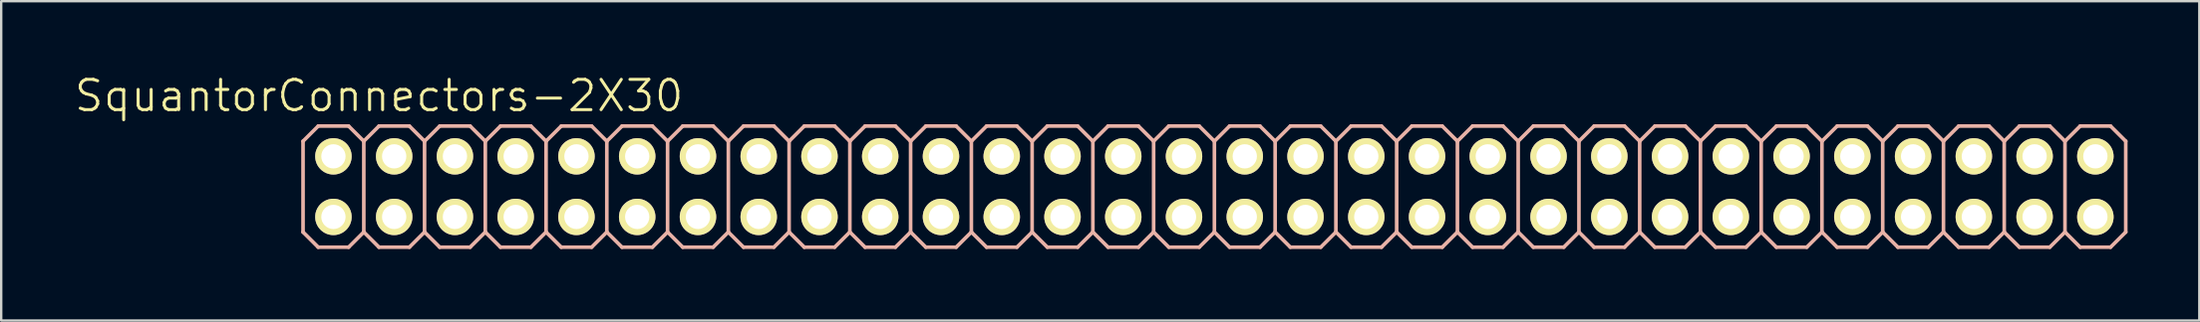
<source format=kicad_pcb>
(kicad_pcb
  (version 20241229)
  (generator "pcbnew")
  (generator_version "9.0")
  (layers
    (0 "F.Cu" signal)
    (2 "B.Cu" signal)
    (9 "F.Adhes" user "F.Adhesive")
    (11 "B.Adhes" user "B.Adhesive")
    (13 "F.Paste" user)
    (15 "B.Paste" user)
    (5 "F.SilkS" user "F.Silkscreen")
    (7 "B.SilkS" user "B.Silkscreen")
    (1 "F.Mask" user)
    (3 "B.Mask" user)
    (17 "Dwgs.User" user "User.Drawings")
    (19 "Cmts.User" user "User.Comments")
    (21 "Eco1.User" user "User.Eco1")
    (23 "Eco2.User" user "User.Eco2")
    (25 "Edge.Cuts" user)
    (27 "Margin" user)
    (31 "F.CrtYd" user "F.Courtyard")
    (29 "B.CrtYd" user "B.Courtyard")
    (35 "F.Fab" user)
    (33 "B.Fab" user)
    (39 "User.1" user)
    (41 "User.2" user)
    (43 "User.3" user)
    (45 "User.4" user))
  (footprint "SquantorConnectors-2X30"
    (layer "F.Cu")
    (at 48.989 4.776)
    (property "Reference" "SquantorConnectors-2X30" (at -36.195 -3.81 0) (layer "F.SilkS") (effects (font (size 1.27 1.27) (thickness 0.127))))
    (attr exclude_from_pos_files exclude_from_bom)
    (fp_line (start -38.354 -1.524) (end -37.846 -1.524) (stroke (width 0.066) (type solid)) (layer "F.SilkS"))
    (fp_line (start -38.354 -1.016) (end -38.354 -1.524) (stroke (width 0.066) (type solid)) (layer "F.SilkS"))
    (fp_line (start -38.354 -1.016) (end -37.846 -1.016) (stroke (width 0.066) (type solid)) (layer "F.SilkS"))
    (fp_line (start -38.354 1.016) (end -37.846 1.016) (stroke (width 0.066) (type solid)) (layer "F.SilkS"))
    (fp_line (start -38.354 1.524) (end -38.354 1.016) (stroke (width 0.066) (type solid)) (layer "F.SilkS"))
    (fp_line (start -38.354 1.524) (end -37.846 1.524) (stroke (width 0.066) (type solid)) (layer "F.SilkS"))
    (fp_line (start -37.846 -1.016) (end -37.846 -1.524) (stroke (width 0.066) (type solid)) (layer "F.SilkS"))
    (fp_line (start -37.846 1.524) (end -37.846 1.016) (stroke (width 0.066) (type solid)) (layer "F.SilkS"))
    (fp_line (start -35.814 -1.524) (end -35.303 -1.524) (stroke (width 0.066) (type solid)) (layer "F.SilkS"))
    (fp_line (start -35.814 -1.016) (end -35.814 -1.524) (stroke (width 0.066) (type solid)) (layer "F.SilkS"))
    (fp_line (start -35.814 -1.016) (end -35.303 -1.016) (stroke (width 0.066) (type solid)) (layer "F.SilkS"))
    (fp_line (start -35.814 1.016) (end -35.303 1.016) (stroke (width 0.066) (type solid)) (layer "F.SilkS"))
    (fp_line (start -35.814 1.524) (end -35.814 1.016) (stroke (width 0.066) (type solid)) (layer "F.SilkS"))
    (fp_line (start -35.814 1.524) (end -35.303 1.524) (stroke (width 0.066) (type solid)) (layer "F.SilkS"))
    (fp_line (start -35.303 -1.016) (end -35.303 -1.524) (stroke (width 0.066) (type solid)) (layer "F.SilkS"))
    (fp_line (start -35.303 1.524) (end -35.303 1.016) (stroke (width 0.066) (type solid)) (layer "F.SilkS"))
    (fp_line (start -33.274 -1.524) (end -32.766 -1.524) (stroke (width 0.066) (type solid)) (layer "F.SilkS"))
    (fp_line (start -33.274 -1.016) (end -33.274 -1.524) (stroke (width 0.066) (type solid)) (layer "F.SilkS"))
    (fp_line (start -33.274 -1.016) (end -32.766 -1.016) (stroke (width 0.066) (type solid)) (layer "F.SilkS"))
    (fp_line (start -33.274 1.016) (end -32.766 1.016) (stroke (width 0.066) (type solid)) (layer "F.SilkS"))
    (fp_line (start -33.274 1.524) (end -33.274 1.016) (stroke (width 0.066) (type solid)) (layer "F.SilkS"))
    (fp_line (start -33.274 1.524) (end -32.766 1.524) (stroke (width 0.066) (type solid)) (layer "F.SilkS"))
    (fp_line (start -32.766 -1.016) (end -32.766 -1.524) (stroke (width 0.066) (type solid)) (layer "F.SilkS"))
    (fp_line (start -32.766 1.524) (end -32.766 1.016) (stroke (width 0.066) (type solid)) (layer "F.SilkS"))
    (fp_line (start -30.734 -1.524) (end -30.226 -1.524) (stroke (width 0.066) (type solid)) (layer "F.SilkS"))
    (fp_line (start -30.734 -1.016) (end -30.734 -1.524) (stroke (width 0.066) (type solid)) (layer "F.SilkS"))
    (fp_line (start -30.734 -1.016) (end -30.226 -1.016) (stroke (width 0.066) (type solid)) (layer "F.SilkS"))
    (fp_line (start -30.734 1.016) (end -30.226 1.016) (stroke (width 0.066) (type solid)) (layer "F.SilkS"))
    (fp_line (start -30.734 1.524) (end -30.734 1.016) (stroke (width 0.066) (type solid)) (layer "F.SilkS"))
    (fp_line (start -30.734 1.524) (end -30.226 1.524) (stroke (width 0.066) (type solid)) (layer "F.SilkS"))
    (fp_line (start -30.226 -1.016) (end -30.226 -1.524) (stroke (width 0.066) (type solid)) (layer "F.SilkS"))
    (fp_line (start -30.226 1.524) (end -30.226 1.016) (stroke (width 0.066) (type solid)) (layer "F.SilkS"))
    (fp_line (start -28.194 -1.524) (end -27.686 -1.524) (stroke (width 0.066) (type solid)) (layer "F.SilkS"))
    (fp_line (start -28.194 -1.016) (end -28.194 -1.524) (stroke (width 0.066) (type solid)) (layer "F.SilkS"))
    (fp_line (start -28.194 -1.016) (end -27.686 -1.016) (stroke (width 0.066) (type solid)) (layer "F.SilkS"))
    (fp_line (start -28.194 1.016) (end -27.686 1.016) (stroke (width 0.066) (type solid)) (layer "F.SilkS"))
    (fp_line (start -28.194 1.524) (end -28.194 1.016) (stroke (width 0.066) (type solid)) (layer "F.SilkS"))
    (fp_line (start -28.194 1.524) (end -27.686 1.524) (stroke (width 0.066) (type solid)) (layer "F.SilkS"))
    (fp_line (start -27.686 -1.016) (end -27.686 -1.524) (stroke (width 0.066) (type solid)) (layer "F.SilkS"))
    (fp_line (start -27.686 1.524) (end -27.686 1.016) (stroke (width 0.066) (type solid)) (layer "F.SilkS"))
    (fp_line (start -25.654 -1.524) (end -25.146 -1.524) (stroke (width 0.066) (type solid)) (layer "F.SilkS"))
    (fp_line (start -25.654 -1.016) (end -25.654 -1.524) (stroke (width 0.066) (type solid)) (layer "F.SilkS"))
    (fp_line (start -25.654 -1.016) (end -25.146 -1.016) (stroke (width 0.066) (type solid)) (layer "F.SilkS"))
    (fp_line (start -25.654 1.016) (end -25.146 1.016) (stroke (width 0.066) (type solid)) (layer "F.SilkS"))
    (fp_line (start -25.654 1.524) (end -25.654 1.016) (stroke (width 0.066) (type solid)) (layer "F.SilkS"))
    (fp_line (start -25.654 1.524) (end -25.146 1.524) (stroke (width 0.066) (type solid)) (layer "F.SilkS"))
    (fp_line (start -25.146 -1.016) (end -25.146 -1.524) (stroke (width 0.066) (type solid)) (layer "F.SilkS"))
    (fp_line (start -25.146 1.524) (end -25.146 1.016) (stroke (width 0.066) (type solid)) (layer "F.SilkS"))
    (fp_line (start -23.114 -1.524) (end -22.606 -1.524) (stroke (width 0.066) (type solid)) (layer "F.SilkS"))
    (fp_line (start -23.114 -1.016) (end -23.114 -1.524) (stroke (width 0.066) (type solid)) (layer "F.SilkS"))
    (fp_line (start -23.114 -1.016) (end -22.606 -1.016) (stroke (width 0.066) (type solid)) (layer "F.SilkS"))
    (fp_line (start -23.114 1.016) (end -22.606 1.016) (stroke (width 0.066) (type solid)) (layer "F.SilkS"))
    (fp_line (start -23.114 1.524) (end -23.114 1.016) (stroke (width 0.066) (type solid)) (layer "F.SilkS"))
    (fp_line (start -23.114 1.524) (end -22.606 1.524) (stroke (width 0.066) (type solid)) (layer "F.SilkS"))
    (fp_line (start -22.606 -1.016) (end -22.606 -1.524) (stroke (width 0.066) (type solid)) (layer "F.SilkS"))
    (fp_line (start -22.606 1.524) (end -22.606 1.016) (stroke (width 0.066) (type solid)) (layer "F.SilkS"))
    (fp_line (start -20.574 -1.524) (end -20.066 -1.524) (stroke (width 0.066) (type solid)) (layer "F.SilkS"))
    (fp_line (start -20.574 -1.016) (end -20.574 -1.524) (stroke (width 0.066) (type solid)) (layer "F.SilkS"))
    (fp_line (start -20.574 -1.016) (end -20.066 -1.016) (stroke (width 0.066) (type solid)) (layer "F.SilkS"))
    (fp_line (start -20.574 1.016) (end -20.066 1.016) (stroke (width 0.066) (type solid)) (layer "F.SilkS"))
    (fp_line (start -20.574 1.524) (end -20.574 1.016) (stroke (width 0.066) (type solid)) (layer "F.SilkS"))
    (fp_line (start -20.574 1.524) (end -20.066 1.524) (stroke (width 0.066) (type solid)) (layer "F.SilkS"))
    (fp_line (start -20.066 -1.016) (end -20.066 -1.524) (stroke (width 0.066) (type solid)) (layer "F.SilkS"))
    (fp_line (start -20.066 1.524) (end -20.066 1.016) (stroke (width 0.066) (type solid)) (layer "F.SilkS"))
    (fp_line (start -18.034 -1.524) (end -17.523 -1.524) (stroke (width 0.066) (type solid)) (layer "F.SilkS"))
    (fp_line (start -18.034 -1.016) (end -18.034 -1.524) (stroke (width 0.066) (type solid)) (layer "F.SilkS"))
    (fp_line (start -18.034 -1.016) (end -17.523 -1.016) (stroke (width 0.066) (type solid)) (layer "F.SilkS"))
    (fp_line (start -18.034 1.016) (end -17.523 1.016) (stroke (width 0.066) (type solid)) (layer "F.SilkS"))
    (fp_line (start -18.034 1.524) (end -18.034 1.016) (stroke (width 0.066) (type solid)) (layer "F.SilkS"))
    (fp_line (start -18.034 1.524) (end -17.523 1.524) (stroke (width 0.066) (type solid)) (layer "F.SilkS"))
    (fp_line (start -17.523 -1.016) (end -17.523 -1.524) (stroke (width 0.066) (type solid)) (layer "F.SilkS"))
    (fp_line (start -17.523 1.524) (end -17.523 1.016) (stroke (width 0.066) (type solid)) (layer "F.SilkS"))
    (fp_line (start -15.494 -1.524) (end -14.986 -1.524) (stroke (width 0.066) (type solid)) (layer "F.SilkS"))
    (fp_line (start -15.494 -1.016) (end -15.494 -1.524) (stroke (width 0.066) (type solid)) (layer "F.SilkS"))
    (fp_line (start -15.494 -1.016) (end -14.986 -1.016) (stroke (width 0.066) (type solid)) (layer "F.SilkS"))
    (fp_line (start -15.494 1.016) (end -14.986 1.016) (stroke (width 0.066) (type solid)) (layer "F.SilkS"))
    (fp_line (start -15.494 1.524) (end -15.494 1.016) (stroke (width 0.066) (type solid)) (layer "F.SilkS"))
    (fp_line (start -15.494 1.524) (end -14.986 1.524) (stroke (width 0.066) (type solid)) (layer "F.SilkS"))
    (fp_line (start -14.986 -1.016) (end -14.986 -1.524) (stroke (width 0.066) (type solid)) (layer "F.SilkS"))
    (fp_line (start -14.986 1.524) (end -14.986 1.016) (stroke (width 0.066) (type solid)) (layer "F.SilkS"))
    (fp_line (start -12.954 -1.524) (end -12.446 -1.524) (stroke (width 0.066) (type solid)) (layer "F.SilkS"))
    (fp_line (start -12.954 -1.016) (end -12.954 -1.524) (stroke (width 0.066) (type solid)) (layer "F.SilkS"))
    (fp_line (start -12.954 -1.016) (end -12.446 -1.016) (stroke (width 0.066) (type solid)) (layer "F.SilkS"))
    (fp_line (start -12.954 1.016) (end -12.446 1.016) (stroke (width 0.066) (type solid)) (layer "F.SilkS"))
    (fp_line (start -12.954 1.524) (end -12.954 1.016) (stroke (width 0.066) (type solid)) (layer "F.SilkS"))
    (fp_line (start -12.954 1.524) (end -12.446 1.524) (stroke (width 0.066) (type solid)) (layer "F.SilkS"))
    (fp_line (start -12.446 -1.016) (end -12.446 -1.524) (stroke (width 0.066) (type solid)) (layer "F.SilkS"))
    (fp_line (start -12.446 1.524) (end -12.446 1.016) (stroke (width 0.066) (type solid)) (layer "F.SilkS"))
    (fp_line (start -10.414 -1.524) (end -9.906 -1.524) (stroke (width 0.066) (type solid)) (layer "F.SilkS"))
    (fp_line (start -10.414 -1.016) (end -10.414 -1.524) (stroke (width 0.066) (type solid)) (layer "F.SilkS"))
    (fp_line (start -10.414 -1.016) (end -9.906 -1.016) (stroke (width 0.066) (type solid)) (layer "F.SilkS"))
    (fp_line (start -10.414 1.016) (end -9.906 1.016) (stroke (width 0.066) (type solid)) (layer "F.SilkS"))
    (fp_line (start -10.414 1.524) (end -10.414 1.016) (stroke (width 0.066) (type solid)) (layer "F.SilkS"))
    (fp_line (start -10.414 1.524) (end -9.906 1.524) (stroke (width 0.066) (type solid)) (layer "F.SilkS"))
    (fp_line (start -9.906 -1.016) (end -9.906 -1.524) (stroke (width 0.066) (type solid)) (layer "F.SilkS"))
    (fp_line (start -9.906 1.524) (end -9.906 1.016) (stroke (width 0.066) (type solid)) (layer "F.SilkS"))
    (fp_line (start -7.874 -1.524) (end -7.366 -1.524) (stroke (width 0.066) (type solid)) (layer "F.SilkS"))
    (fp_line (start -7.874 -1.016) (end -7.874 -1.524) (stroke (width 0.066) (type solid)) (layer "F.SilkS"))
    (fp_line (start -7.874 -1.016) (end -7.366 -1.016) (stroke (width 0.066) (type solid)) (layer "F.SilkS"))
    (fp_line (start -7.874 1.016) (end -7.366 1.016) (stroke (width 0.066) (type solid)) (layer "F.SilkS"))
    (fp_line (start -7.874 1.524) (end -7.874 1.016) (stroke (width 0.066) (type solid)) (layer "F.SilkS"))
    (fp_line (start -7.874 1.524) (end -7.366 1.524) (stroke (width 0.066) (type solid)) (layer "F.SilkS"))
    (fp_line (start -7.366 -1.016) (end -7.366 -1.524) (stroke (width 0.066) (type solid)) (layer "F.SilkS"))
    (fp_line (start -7.366 1.524) (end -7.366 1.016) (stroke (width 0.066) (type solid)) (layer "F.SilkS"))
    (fp_line (start -5.334 -1.524) (end -4.826 -1.524) (stroke (width 0.066) (type solid)) (layer "F.SilkS"))
    (fp_line (start -5.334 -1.016) (end -5.334 -1.524) (stroke (width 0.066) (type solid)) (layer "F.SilkS"))
    (fp_line (start -5.334 -1.016) (end -4.826 -1.016) (stroke (width 0.066) (type solid)) (layer "F.SilkS"))
    (fp_line (start -5.334 1.016) (end -4.826 1.016) (stroke (width 0.066) (type solid)) (layer "F.SilkS"))
    (fp_line (start -5.334 1.524) (end -5.334 1.016) (stroke (width 0.066) (type solid)) (layer "F.SilkS"))
    (fp_line (start -5.334 1.524) (end -4.826 1.524) (stroke (width 0.066) (type solid)) (layer "F.SilkS"))
    (fp_line (start -4.826 -1.016) (end -4.826 -1.524) (stroke (width 0.066) (type solid)) (layer "F.SilkS"))
    (fp_line (start -4.826 1.524) (end -4.826 1.016) (stroke (width 0.066) (type solid)) (layer "F.SilkS"))
    (fp_line (start -2.794 -1.524) (end -2.286 -1.524) (stroke (width 0.066) (type solid)) (layer "F.SilkS"))
    (fp_line (start -2.794 -1.016) (end -2.794 -1.524) (stroke (width 0.066) (type solid)) (layer "F.SilkS"))
    (fp_line (start -2.794 -1.016) (end -2.286 -1.016) (stroke (width 0.066) (type solid)) (layer "F.SilkS"))
    (fp_line (start -2.794 1.016) (end -2.286 1.016) (stroke (width 0.066) (type solid)) (layer "F.SilkS"))
    (fp_line (start -2.794 1.524) (end -2.794 1.016) (stroke (width 0.066) (type solid)) (layer "F.SilkS"))
    (fp_line (start -2.794 1.524) (end -2.286 1.524) (stroke (width 0.066) (type solid)) (layer "F.SilkS"))
    (fp_line (start -2.286 -1.016) (end -2.286 -1.524) (stroke (width 0.066) (type solid)) (layer "F.SilkS"))
    (fp_line (start -2.286 1.524) (end -2.286 1.016) (stroke (width 0.066) (type solid)) (layer "F.SilkS"))
    (fp_line (start -0.254 -1.524) (end 0.254 -1.524) (stroke (width 0.066) (type solid)) (layer "F.SilkS"))
    (fp_line (start -0.254 -1.016) (end -0.254 -1.524) (stroke (width 0.066) (type solid)) (layer "F.SilkS"))
    (fp_line (start -0.254 -1.016) (end 0.254 -1.016) (stroke (width 0.066) (type solid)) (layer "F.SilkS"))
    (fp_line (start -0.254 1.016) (end 0.254 1.016) (stroke (width 0.066) (type solid)) (layer "F.SilkS"))
    (fp_line (start -0.254 1.524) (end -0.254 1.016) (stroke (width 0.066) (type solid)) (layer "F.SilkS"))
    (fp_line (start -0.254 1.524) (end 0.254 1.524) (stroke (width 0.066) (type solid)) (layer "F.SilkS"))
    (fp_line (start 0.254 -1.016) (end 0.254 -1.524) (stroke (width 0.066) (type solid)) (layer "F.SilkS"))
    (fp_line (start 0.254 1.524) (end 0.254 1.016) (stroke (width 0.066) (type solid)) (layer "F.SilkS"))
    (fp_line (start 2.286 -1.524) (end 2.794 -1.524) (stroke (width 0.066) (type solid)) (layer "F.SilkS"))
    (fp_line (start 2.286 -1.016) (end 2.286 -1.524) (stroke (width 0.066) (type solid)) (layer "F.SilkS"))
    (fp_line (start 2.286 -1.016) (end 2.794 -1.016) (stroke (width 0.066) (type solid)) (layer "F.SilkS"))
    (fp_line (start 2.286 1.016) (end 2.794 1.016) (stroke (width 0.066) (type solid)) (layer "F.SilkS"))
    (fp_line (start 2.286 1.524) (end 2.286 1.016) (stroke (width 0.066) (type solid)) (layer "F.SilkS"))
    (fp_line (start 2.286 1.524) (end 2.794 1.524) (stroke (width 0.066) (type solid)) (layer "F.SilkS"))
    (fp_line (start 2.794 -1.016) (end 2.794 -1.524) (stroke (width 0.066) (type solid)) (layer "F.SilkS"))
    (fp_line (start 2.794 1.524) (end 2.794 1.016) (stroke (width 0.066) (type solid)) (layer "F.SilkS"))
    (fp_line (start 4.826 -1.524) (end 5.334 -1.524) (stroke (width 0.066) (type solid)) (layer "F.SilkS"))
    (fp_line (start 4.826 -1.016) (end 4.826 -1.524) (stroke (width 0.066) (type solid)) (layer "F.SilkS"))
    (fp_line (start 4.826 -1.016) (end 5.334 -1.016) (stroke (width 0.066) (type solid)) (layer "F.SilkS"))
    (fp_line (start 4.826 1.016) (end 5.334 1.016) (stroke (width 0.066) (type solid)) (layer "F.SilkS"))
    (fp_line (start 4.826 1.524) (end 4.826 1.016) (stroke (width 0.066) (type solid)) (layer "F.SilkS"))
    (fp_line (start 4.826 1.524) (end 5.334 1.524) (stroke (width 0.066) (type solid)) (layer "F.SilkS"))
    (fp_line (start 5.334 -1.016) (end 5.334 -1.524) (stroke (width 0.066) (type solid)) (layer "F.SilkS"))
    (fp_line (start 5.334 1.524) (end 5.334 1.016) (stroke (width 0.066) (type solid)) (layer "F.SilkS"))
    (fp_line (start 7.366 -1.524) (end 7.874 -1.524) (stroke (width 0.066) (type solid)) (layer "F.SilkS"))
    (fp_line (start 7.366 -1.016) (end 7.366 -1.524) (stroke (width 0.066) (type solid)) (layer "F.SilkS"))
    (fp_line (start 7.366 -1.016) (end 7.874 -1.016) (stroke (width 0.066) (type solid)) (layer "F.SilkS"))
    (fp_line (start 7.366 1.016) (end 7.874 1.016) (stroke (width 0.066) (type solid)) (layer "F.SilkS"))
    (fp_line (start 7.366 1.524) (end 7.366 1.016) (stroke (width 0.066) (type solid)) (layer "F.SilkS"))
    (fp_line (start 7.366 1.524) (end 7.874 1.524) (stroke (width 0.066) (type solid)) (layer "F.SilkS"))
    (fp_line (start 7.874 -1.016) (end 7.874 -1.524) (stroke (width 0.066) (type solid)) (layer "F.SilkS"))
    (fp_line (start 7.874 1.524) (end 7.874 1.016) (stroke (width 0.066) (type solid)) (layer "F.SilkS"))
    (fp_line (start 9.906 -1.524) (end 10.414 -1.524) (stroke (width 0.066) (type solid)) (layer "F.SilkS"))
    (fp_line (start 9.906 -1.016) (end 9.906 -1.524) (stroke (width 0.066) (type solid)) (layer "F.SilkS"))
    (fp_line (start 9.906 -1.016) (end 10.414 -1.016) (stroke (width 0.066) (type solid)) (layer "F.SilkS"))
    (fp_line (start 9.906 1.016) (end 10.414 1.016) (stroke (width 0.066) (type solid)) (layer "F.SilkS"))
    (fp_line (start 9.906 1.524) (end 9.906 1.016) (stroke (width 0.066) (type solid)) (layer "F.SilkS"))
    (fp_line (start 9.906 1.524) (end 10.414 1.524) (stroke (width 0.066) (type solid)) (layer "F.SilkS"))
    (fp_line (start 10.414 -1.016) (end 10.414 -1.524) (stroke (width 0.066) (type solid)) (layer "F.SilkS"))
    (fp_line (start 10.414 1.524) (end 10.414 1.016) (stroke (width 0.066) (type solid)) (layer "F.SilkS"))
    (fp_line (start 12.446 -1.524) (end 12.954 -1.524) (stroke (width 0.066) (type solid)) (layer "F.SilkS"))
    (fp_line (start 12.446 -1.016) (end 12.446 -1.524) (stroke (width 0.066) (type solid)) (layer "F.SilkS"))
    (fp_line (start 12.446 -1.016) (end 12.954 -1.016) (stroke (width 0.066) (type solid)) (layer "F.SilkS"))
    (fp_line (start 12.446 1.016) (end 12.954 1.016) (stroke (width 0.066) (type solid)) (layer "F.SilkS"))
    (fp_line (start 12.446 1.524) (end 12.446 1.016) (stroke (width 0.066) (type solid)) (layer "F.SilkS"))
    (fp_line (start 12.446 1.524) (end 12.954 1.524) (stroke (width 0.066) (type solid)) (layer "F.SilkS"))
    (fp_line (start 12.954 -1.016) (end 12.954 -1.524) (stroke (width 0.066) (type solid)) (layer "F.SilkS"))
    (fp_line (start 12.954 1.524) (end 12.954 1.016) (stroke (width 0.066) (type solid)) (layer "F.SilkS"))
    (fp_line (start 14.986 -1.524) (end 15.494 -1.524) (stroke (width 0.066) (type solid)) (layer "F.SilkS"))
    (fp_line (start 14.986 -1.016) (end 14.986 -1.524) (stroke (width 0.066) (type solid)) (layer "F.SilkS"))
    (fp_line (start 14.986 -1.016) (end 15.494 -1.016) (stroke (width 0.066) (type solid)) (layer "F.SilkS"))
    (fp_line (start 14.986 1.016) (end 15.494 1.016) (stroke (width 0.066) (type solid)) (layer "F.SilkS"))
    (fp_line (start 14.986 1.524) (end 14.986 1.016) (stroke (width 0.066) (type solid)) (layer "F.SilkS"))
    (fp_line (start 14.986 1.524) (end 15.494 1.524) (stroke (width 0.066) (type solid)) (layer "F.SilkS"))
    (fp_line (start 15.494 -1.016) (end 15.494 -1.524) (stroke (width 0.066) (type solid)) (layer "F.SilkS"))
    (fp_line (start 15.494 1.524) (end 15.494 1.016) (stroke (width 0.066) (type solid)) (layer "F.SilkS"))
    (fp_line (start 17.523 -1.524) (end 18.034 -1.524) (stroke (width 0.066) (type solid)) (layer "F.SilkS"))
    (fp_line (start 17.523 -1.016) (end 17.523 -1.524) (stroke (width 0.066) (type solid)) (layer "F.SilkS"))
    (fp_line (start 17.523 -1.016) (end 18.034 -1.016) (stroke (width 0.066) (type solid)) (layer "F.SilkS"))
    (fp_line (start 17.523 1.016) (end 18.034 1.016) (stroke (width 0.066) (type solid)) (layer "F.SilkS"))
    (fp_line (start 17.523 1.524) (end 17.523 1.016) (stroke (width 0.066) (type solid)) (layer "F.SilkS"))
    (fp_line (start 17.523 1.524) (end 18.034 1.524) (stroke (width 0.066) (type solid)) (layer "F.SilkS"))
    (fp_line (start 18.034 -1.016) (end 18.034 -1.524) (stroke (width 0.066) (type solid)) (layer "F.SilkS"))
    (fp_line (start 18.034 1.524) (end 18.034 1.016) (stroke (width 0.066) (type solid)) (layer "F.SilkS"))
    (fp_line (start 20.066 -1.524) (end 20.574 -1.524) (stroke (width 0.066) (type solid)) (layer "F.SilkS"))
    (fp_line (start 20.066 -1.016) (end 20.066 -1.524) (stroke (width 0.066) (type solid)) (layer "F.SilkS"))
    (fp_line (start 20.066 -1.016) (end 20.574 -1.016) (stroke (width 0.066) (type solid)) (layer "F.SilkS"))
    (fp_line (start 20.066 1.016) (end 20.574 1.016) (stroke (width 0.066) (type solid)) (layer "F.SilkS"))
    (fp_line (start 20.066 1.524) (end 20.066 1.016) (stroke (width 0.066) (type solid)) (layer "F.SilkS"))
    (fp_line (start 20.066 1.524) (end 20.574 1.524) (stroke (width 0.066) (type solid)) (layer "F.SilkS"))
    (fp_line (start 20.574 -1.016) (end 20.574 -1.524) (stroke (width 0.066) (type solid)) (layer "F.SilkS"))
    (fp_line (start 20.574 1.524) (end 20.574 1.016) (stroke (width 0.066) (type solid)) (layer "F.SilkS"))
    (fp_line (start 22.606 -1.524) (end 23.114 -1.524) (stroke (width 0.066) (type solid)) (layer "F.SilkS"))
    (fp_line (start 22.606 -1.016) (end 22.606 -1.524) (stroke (width 0.066) (type solid)) (layer "F.SilkS"))
    (fp_line (start 22.606 -1.016) (end 23.114 -1.016) (stroke (width 0.066) (type solid)) (layer "F.SilkS"))
    (fp_line (start 22.606 1.016) (end 23.114 1.016) (stroke (width 0.066) (type solid)) (layer "F.SilkS"))
    (fp_line (start 22.606 1.524) (end 22.606 1.016) (stroke (width 0.066) (type solid)) (layer "F.SilkS"))
    (fp_line (start 22.606 1.524) (end 23.114 1.524) (stroke (width 0.066) (type solid)) (layer "F.SilkS"))
    (fp_line (start 23.114 -1.016) (end 23.114 -1.524) (stroke (width 0.066) (type solid)) (layer "F.SilkS"))
    (fp_line (start 23.114 1.524) (end 23.114 1.016) (stroke (width 0.066) (type solid)) (layer "F.SilkS"))
    (fp_line (start 25.146 -1.524) (end 25.654 -1.524) (stroke (width 0.066) (type solid)) (layer "F.SilkS"))
    (fp_line (start 25.146 -1.016) (end 25.146 -1.524) (stroke (width 0.066) (type solid)) (layer "F.SilkS"))
    (fp_line (start 25.146 -1.016) (end 25.654 -1.016) (stroke (width 0.066) (type solid)) (layer "F.SilkS"))
    (fp_line (start 25.146 1.016) (end 25.654 1.016) (stroke (width 0.066) (type solid)) (layer "F.SilkS"))
    (fp_line (start 25.146 1.524) (end 25.146 1.016) (stroke (width 0.066) (type solid)) (layer "F.SilkS"))
    (fp_line (start 25.146 1.524) (end 25.654 1.524) (stroke (width 0.066) (type solid)) (layer "F.SilkS"))
    (fp_line (start 25.654 -1.016) (end 25.654 -1.524) (stroke (width 0.066) (type solid)) (layer "F.SilkS"))
    (fp_line (start 25.654 1.524) (end 25.654 1.016) (stroke (width 0.066) (type solid)) (layer "F.SilkS"))
    (fp_line (start 27.686 -1.524) (end 28.194 -1.524) (stroke (width 0.066) (type solid)) (layer "F.SilkS"))
    (fp_line (start 27.686 -1.016) (end 27.686 -1.524) (stroke (width 0.066) (type solid)) (layer "F.SilkS"))
    (fp_line (start 27.686 -1.016) (end 28.194 -1.016) (stroke (width 0.066) (type solid)) (layer "F.SilkS"))
    (fp_line (start 27.686 1.016) (end 28.194 1.016) (stroke (width 0.066) (type solid)) (layer "F.SilkS"))
    (fp_line (start 27.686 1.524) (end 27.686 1.016) (stroke (width 0.066) (type solid)) (layer "F.SilkS"))
    (fp_line (start 27.686 1.524) (end 28.194 1.524) (stroke (width 0.066) (type solid)) (layer "F.SilkS"))
    (fp_line (start 28.194 -1.016) (end 28.194 -1.524) (stroke (width 0.066) (type solid)) (layer "F.SilkS"))
    (fp_line (start 28.194 1.524) (end 28.194 1.016) (stroke (width 0.066) (type solid)) (layer "F.SilkS"))
    (fp_line (start 30.226 -1.524) (end 30.734 -1.524) (stroke (width 0.066) (type solid)) (layer "F.SilkS"))
    (fp_line (start 30.226 -1.016) (end 30.226 -1.524) (stroke (width 0.066) (type solid)) (layer "F.SilkS"))
    (fp_line (start 30.226 -1.016) (end 30.734 -1.016) (stroke (width 0.066) (type solid)) (layer "F.SilkS"))
    (fp_line (start 30.226 1.016) (end 30.734 1.016) (stroke (width 0.066) (type solid)) (layer "F.SilkS"))
    (fp_line (start 30.226 1.524) (end 30.226 1.016) (stroke (width 0.066) (type solid)) (layer "F.SilkS"))
    (fp_line (start 30.226 1.524) (end 30.734 1.524) (stroke (width 0.066) (type solid)) (layer "F.SilkS"))
    (fp_line (start 30.734 -1.016) (end 30.734 -1.524) (stroke (width 0.066) (type solid)) (layer "F.SilkS"))
    (fp_line (start 30.734 1.524) (end 30.734 1.016) (stroke (width 0.066) (type solid)) (layer "F.SilkS"))
    (fp_line (start 32.766 -1.524) (end 33.274 -1.524) (stroke (width 0.066) (type solid)) (layer "F.SilkS"))
    (fp_line (start 32.766 -1.016) (end 32.766 -1.524) (stroke (width 0.066) (type solid)) (layer "F.SilkS"))
    (fp_line (start 32.766 -1.016) (end 33.274 -1.016) (stroke (width 0.066) (type solid)) (layer "F.SilkS"))
    (fp_line (start 32.766 1.016) (end 33.274 1.016) (stroke (width 0.066) (type solid)) (layer "F.SilkS"))
    (fp_line (start 32.766 1.524) (end 32.766 1.016) (stroke (width 0.066) (type solid)) (layer "F.SilkS"))
    (fp_line (start 32.766 1.524) (end 33.274 1.524) (stroke (width 0.066) (type solid)) (layer "F.SilkS"))
    (fp_line (start 33.274 -1.016) (end 33.274 -1.524) (stroke (width 0.066) (type solid)) (layer "F.SilkS"))
    (fp_line (start 33.274 1.524) (end 33.274 1.016) (stroke (width 0.066) (type solid)) (layer "F.SilkS"))
    (fp_line (start 35.303 -1.524) (end 35.814 -1.524) (stroke (width 0.066) (type solid)) (layer "F.SilkS"))
    (fp_line (start 35.303 -1.016) (end 35.303 -1.524) (stroke (width 0.066) (type solid)) (layer "F.SilkS"))
    (fp_line (start 35.303 -1.016) (end 35.814 -1.016) (stroke (width 0.066) (type solid)) (layer "F.SilkS"))
    (fp_line (start 35.303 1.016) (end 35.814 1.016) (stroke (width 0.066) (type solid)) (layer "F.SilkS"))
    (fp_line (start 35.303 1.524) (end 35.303 1.016) (stroke (width 0.066) (type solid)) (layer "F.SilkS"))
    (fp_line (start 35.303 1.524) (end 35.814 1.524) (stroke (width 0.066) (type solid)) (layer "F.SilkS"))
    (fp_line (start 35.814 -1.016) (end 35.814 -1.524) (stroke (width 0.066) (type solid)) (layer "F.SilkS"))
    (fp_line (start 35.814 1.524) (end 35.814 1.016) (stroke (width 0.066) (type solid)) (layer "F.SilkS"))
    (fp_line (start -39.37 -1.905) (end -38.735 -2.54) (stroke (width 0.152) (type solid)) (layer "B.SilkS"))
    (fp_line (start -39.37 1.905) (end -39.37 -1.905) (stroke (width 0.152) (type solid)) (layer "B.SilkS"))
    (fp_line (start -39.37 1.905) (end -38.735 2.54) (stroke (width 0.152) (type solid)) (layer "B.SilkS"))
    (fp_line (start -38.735 -2.54) (end -37.465 -2.54) (stroke (width 0.152) (type solid)) (layer "B.SilkS"))
    (fp_line (start -38.735 2.54) (end -37.465 2.54) (stroke (width 0.152) (type solid)) (layer "B.SilkS"))
    (fp_line (start -37.465 -2.54) (end -36.83 -1.905) (stroke (width 0.152) (type solid)) (layer "B.SilkS"))
    (fp_line (start -37.465 2.54) (end -36.83 1.905) (stroke (width 0.152) (type solid)) (layer "B.SilkS"))
    (fp_line (start -36.83 -1.905) (end -36.83 1.905) (stroke (width 0.152) (type solid)) (layer "B.SilkS"))
    (fp_line (start -36.83 -1.905) (end -36.195 -2.54) (stroke (width 0.152) (type solid)) (layer "B.SilkS"))
    (fp_line (start -36.83 1.905) (end -36.195 2.54) (stroke (width 0.152) (type solid)) (layer "B.SilkS"))
    (fp_line (start -36.195 -2.54) (end -34.925 -2.54) (stroke (width 0.152) (type solid)) (layer "B.SilkS"))
    (fp_line (start -36.195 2.54) (end -34.925 2.54) (stroke (width 0.152) (type solid)) (layer "B.SilkS"))
    (fp_line (start -34.925 -2.54) (end -34.29 -1.905) (stroke (width 0.152) (type solid)) (layer "B.SilkS"))
    (fp_line (start -34.925 2.54) (end -34.29 1.905) (stroke (width 0.152) (type solid)) (layer "B.SilkS"))
    (fp_line (start -34.29 -1.905) (end -34.29 1.905) (stroke (width 0.152) (type solid)) (layer "B.SilkS"))
    (fp_line (start -34.29 -1.905) (end -33.655 -2.54) (stroke (width 0.152) (type solid)) (layer "B.SilkS"))
    (fp_line (start -34.29 1.905) (end -33.655 2.54) (stroke (width 0.152) (type solid)) (layer "B.SilkS"))
    (fp_line (start -33.655 -2.54) (end -32.385 -2.54) (stroke (width 0.152) (type solid)) (layer "B.SilkS"))
    (fp_line (start -33.655 2.54) (end -32.385 2.54) (stroke (width 0.152) (type solid)) (layer "B.SilkS"))
    (fp_line (start -32.385 -2.54) (end -31.75 -1.905) (stroke (width 0.152) (type solid)) (layer "B.SilkS"))
    (fp_line (start -32.385 2.54) (end -31.75 1.905) (stroke (width 0.152) (type solid)) (layer "B.SilkS"))
    (fp_line (start -31.75 -1.905) (end -31.75 1.905) (stroke (width 0.152) (type solid)) (layer "B.SilkS"))
    (fp_line (start -31.75 -1.905) (end -31.115 -2.54) (stroke (width 0.152) (type solid)) (layer "B.SilkS"))
    (fp_line (start -31.75 1.905) (end -31.115 2.54) (stroke (width 0.152) (type solid)) (layer "B.SilkS"))
    (fp_line (start -31.115 -2.54) (end -29.845 -2.54) (stroke (width 0.152) (type solid)) (layer "B.SilkS"))
    (fp_line (start -31.115 2.54) (end -29.845 2.54) (stroke (width 0.152) (type solid)) (layer "B.SilkS"))
    (fp_line (start -29.845 -2.54) (end -29.21 -1.905) (stroke (width 0.152) (type solid)) (layer "B.SilkS"))
    (fp_line (start -29.845 2.54) (end -29.21 1.905) (stroke (width 0.152) (type solid)) (layer "B.SilkS"))
    (fp_line (start -29.21 -1.905) (end -29.21 1.905) (stroke (width 0.152) (type solid)) (layer "B.SilkS"))
    (fp_line (start -29.21 -1.905) (end -28.575 -2.54) (stroke (width 0.152) (type solid)) (layer "B.SilkS"))
    (fp_line (start -29.21 1.905) (end -28.575 2.54) (stroke (width 0.152) (type solid)) (layer "B.SilkS"))
    (fp_line (start -28.575 -2.54) (end -27.305 -2.54) (stroke (width 0.152) (type solid)) (layer "B.SilkS"))
    (fp_line (start -28.575 2.54) (end -27.305 2.54) (stroke (width 0.152) (type solid)) (layer "B.SilkS"))
    (fp_line (start -27.305 -2.54) (end -26.67 -1.905) (stroke (width 0.152) (type solid)) (layer "B.SilkS"))
    (fp_line (start -27.305 2.54) (end -26.67 1.905) (stroke (width 0.152) (type solid)) (layer "B.SilkS"))
    (fp_line (start -26.67 -1.905) (end -26.67 1.905) (stroke (width 0.152) (type solid)) (layer "B.SilkS"))
    (fp_line (start -26.67 -1.905) (end -26.035 -2.54) (stroke (width 0.152) (type solid)) (layer "B.SilkS"))
    (fp_line (start -26.67 1.905) (end -26.035 2.54) (stroke (width 0.152) (type solid)) (layer "B.SilkS"))
    (fp_line (start -26.035 -2.54) (end -24.765 -2.54) (stroke (width 0.152) (type solid)) (layer "B.SilkS"))
    (fp_line (start -26.035 2.54) (end -24.765 2.54) (stroke (width 0.152) (type solid)) (layer "B.SilkS"))
    (fp_line (start -24.765 -2.54) (end -24.13 -1.905) (stroke (width 0.152) (type solid)) (layer "B.SilkS"))
    (fp_line (start -24.765 2.54) (end -24.13 1.905) (stroke (width 0.152) (type solid)) (layer "B.SilkS"))
    (fp_line (start -24.13 -1.905) (end -24.13 1.905) (stroke (width 0.152) (type solid)) (layer "B.SilkS"))
    (fp_line (start -24.13 -1.905) (end -23.495 -2.54) (stroke (width 0.152) (type solid)) (layer "B.SilkS"))
    (fp_line (start -24.13 1.905) (end -23.495 2.54) (stroke (width 0.152) (type solid)) (layer "B.SilkS"))
    (fp_line (start -23.495 -2.54) (end -22.225 -2.54) (stroke (width 0.152) (type solid)) (layer "B.SilkS"))
    (fp_line (start -22.225 -2.54) (end -21.59 -1.905) (stroke (width 0.152) (type solid)) (layer "B.SilkS"))
    (fp_line (start -22.225 2.54) (end -23.495 2.54) (stroke (width 0.152) (type solid)) (layer "B.SilkS"))
    (fp_line (start -21.59 -1.905) (end -21.59 1.905) (stroke (width 0.152) (type solid)) (layer "B.SilkS"))
    (fp_line (start -21.59 -1.905) (end -20.955 -2.54) (stroke (width 0.152) (type solid)) (layer "B.SilkS"))
    (fp_line (start -21.59 1.905) (end -22.225 2.54) (stroke (width 0.152) (type solid)) (layer "B.SilkS"))
    (fp_line (start -21.59 1.905) (end -20.955 2.54) (stroke (width 0.152) (type solid)) (layer "B.SilkS"))
    (fp_line (start -20.955 -2.54) (end -19.685 -2.54) (stroke (width 0.152) (type solid)) (layer "B.SilkS"))
    (fp_line (start -19.685 -2.54) (end -19.05 -1.905) (stroke (width 0.152) (type solid)) (layer "B.SilkS"))
    (fp_line (start -19.685 2.54) (end -20.955 2.54) (stroke (width 0.152) (type solid)) (layer "B.SilkS"))
    (fp_line (start -19.05 -1.905) (end -19.05 1.905) (stroke (width 0.152) (type solid)) (layer "B.SilkS"))
    (fp_line (start -19.05 -1.905) (end -18.415 -2.54) (stroke (width 0.152) (type solid)) (layer "B.SilkS"))
    (fp_line (start -19.05 1.905) (end -19.685 2.54) (stroke (width 0.152) (type solid)) (layer "B.SilkS"))
    (fp_line (start -19.05 1.905) (end -18.415 2.54) (stroke (width 0.152) (type solid)) (layer "B.SilkS"))
    (fp_line (start -18.415 -2.54) (end -17.145 -2.54) (stroke (width 0.152) (type solid)) (layer "B.SilkS"))
    (fp_line (start -17.145 -2.54) (end -16.51 -1.905) (stroke (width 0.152) (type solid)) (layer "B.SilkS"))
    (fp_line (start -17.145 2.54) (end -18.415 2.54) (stroke (width 0.152) (type solid)) (layer "B.SilkS"))
    (fp_line (start -16.51 -1.905) (end -16.51 1.905) (stroke (width 0.152) (type solid)) (layer "B.SilkS"))
    (fp_line (start -16.51 -1.905) (end -15.875 -2.54) (stroke (width 0.152) (type solid)) (layer "B.SilkS"))
    (fp_line (start -16.51 1.905) (end -17.145 2.54) (stroke (width 0.152) (type solid)) (layer "B.SilkS"))
    (fp_line (start -16.51 1.905) (end -15.875 2.54) (stroke (width 0.152) (type solid)) (layer "B.SilkS"))
    (fp_line (start -15.875 -2.54) (end -14.605 -2.54) (stroke (width 0.152) (type solid)) (layer "B.SilkS"))
    (fp_line (start -14.605 -2.54) (end -13.97 -1.905) (stroke (width 0.152) (type solid)) (layer "B.SilkS"))
    (fp_line (start -14.605 2.54) (end -15.875 2.54) (stroke (width 0.152) (type solid)) (layer "B.SilkS"))
    (fp_line (start -13.97 -1.905) (end -13.97 1.905) (stroke (width 0.152) (type solid)) (layer "B.SilkS"))
    (fp_line (start -13.97 -1.905) (end -13.335 -2.54) (stroke (width 0.152) (type solid)) (layer "B.SilkS"))
    (fp_line (start -13.97 1.905) (end -14.605 2.54) (stroke (width 0.152) (type solid)) (layer "B.SilkS"))
    (fp_line (start -13.97 1.905) (end -13.335 2.54) (stroke (width 0.152) (type solid)) (layer "B.SilkS"))
    (fp_line (start -13.335 -2.54) (end -12.065 -2.54) (stroke (width 0.152) (type solid)) (layer "B.SilkS"))
    (fp_line (start -12.065 -2.54) (end -11.43 -1.905) (stroke (width 0.152) (type solid)) (layer "B.SilkS"))
    (fp_line (start -12.065 2.54) (end -13.335 2.54) (stroke (width 0.152) (type solid)) (layer "B.SilkS"))
    (fp_line (start -11.43 -1.905) (end -11.43 1.905) (stroke (width 0.152) (type solid)) (layer "B.SilkS"))
    (fp_line (start -11.43 -1.905) (end -10.795 -2.54) (stroke (width 0.152) (type solid)) (layer "B.SilkS"))
    (fp_line (start -11.43 1.905) (end -12.065 2.54) (stroke (width 0.152) (type solid)) (layer "B.SilkS"))
    (fp_line (start -11.43 1.905) (end -10.795 2.54) (stroke (width 0.152) (type solid)) (layer "B.SilkS"))
    (fp_line (start -10.795 -2.54) (end -9.525 -2.54) (stroke (width 0.152) (type solid)) (layer "B.SilkS"))
    (fp_line (start -9.525 2.54) (end -10.795 2.54) (stroke (width 0.152) (type solid)) (layer "B.SilkS"))
    (fp_line (start -8.89 -1.905) (end -9.525 -2.54) (stroke (width 0.152) (type solid)) (layer "B.SilkS"))
    (fp_line (start -8.89 -1.905) (end -8.89 1.905) (stroke (width 0.152) (type solid)) (layer "B.SilkS"))
    (fp_line (start -8.89 -1.905) (end -8.255 -2.54) (stroke (width 0.152) (type solid)) (layer "B.SilkS"))
    (fp_line (start -8.89 1.905) (end -9.525 2.54) (stroke (width 0.152) (type solid)) (layer "B.SilkS"))
    (fp_line (start -8.89 1.905) (end -8.255 2.54) (stroke (width 0.152) (type solid)) (layer "B.SilkS"))
    (fp_line (start -6.985 -2.54) (end -8.255 -2.54) (stroke (width 0.152) (type solid)) (layer "B.SilkS"))
    (fp_line (start -6.985 -2.54) (end -6.35 -1.905) (stroke (width 0.152) (type solid)) (layer "B.SilkS"))
    (fp_line (start -6.985 2.54) (end -8.255 2.54) (stroke (width 0.152) (type solid)) (layer "B.SilkS"))
    (fp_line (start -6.35 -1.905) (end -6.35 1.905) (stroke (width 0.152) (type solid)) (layer "B.SilkS"))
    (fp_line (start -6.35 -1.905) (end -5.715 -2.54) (stroke (width 0.152) (type solid)) (layer "B.SilkS"))
    (fp_line (start -6.35 1.905) (end -6.985 2.54) (stroke (width 0.152) (type solid)) (layer "B.SilkS"))
    (fp_line (start -6.35 1.905) (end -5.715 2.54) (stroke (width 0.152) (type solid)) (layer "B.SilkS"))
    (fp_line (start -4.445 -2.54) (end -5.715 -2.54) (stroke (width 0.152) (type solid)) (layer "B.SilkS"))
    (fp_line (start -4.445 -2.54) (end -3.81 -1.905) (stroke (width 0.152) (type solid)) (layer "B.SilkS"))
    (fp_line (start -4.445 2.54) (end -5.715 2.54) (stroke (width 0.152) (type solid)) (layer "B.SilkS"))
    (fp_line (start -3.81 -1.905) (end -3.81 1.905) (stroke (width 0.152) (type solid)) (layer "B.SilkS"))
    (fp_line (start -3.81 -1.905) (end -3.175 -2.54) (stroke (width 0.152) (type solid)) (layer "B.SilkS"))
    (fp_line (start -3.81 1.905) (end -4.445 2.54) (stroke (width 0.152) (type solid)) (layer "B.SilkS"))
    (fp_line (start -3.175 2.54) (end -3.81 1.905) (stroke (width 0.152) (type solid)) (layer "B.SilkS"))
    (fp_line (start -3.175 2.54) (end -1.905 2.54) (stroke (width 0.152) (type solid)) (layer "B.SilkS"))
    (fp_line (start -1.905 -2.54) (end -3.175 -2.54) (stroke (width 0.152) (type solid)) (layer "B.SilkS"))
    (fp_line (start -1.905 -2.54) (end -1.27 -1.905) (stroke (width 0.152) (type solid)) (layer "B.SilkS"))
    (fp_line (start -1.27 -1.905) (end -1.27 1.905) (stroke (width 0.152) (type solid)) (layer "B.SilkS"))
    (fp_line (start -1.27 -1.905) (end -0.635 -2.54) (stroke (width 0.152) (type solid)) (layer "B.SilkS"))
    (fp_line (start -1.27 1.905) (end -1.905 2.54) (stroke (width 0.152) (type solid)) (layer "B.SilkS"))
    (fp_line (start -0.635 2.54) (end -1.27 1.905) (stroke (width 0.152) (type solid)) (layer "B.SilkS"))
    (fp_line (start -0.635 2.54) (end 0.635 2.54) (stroke (width 0.152) (type solid)) (layer "B.SilkS"))
    (fp_line (start 0.635 -2.54) (end -0.635 -2.54) (stroke (width 0.152) (type solid)) (layer "B.SilkS"))
    (fp_line (start 0.635 -2.54) (end 1.27 -1.905) (stroke (width 0.152) (type solid)) (layer "B.SilkS"))
    (fp_line (start 1.27 -1.905) (end 1.27 1.905) (stroke (width 0.152) (type solid)) (layer "B.SilkS"))
    (fp_line (start 1.27 -1.905) (end 1.905 -2.54) (stroke (width 0.152) (type solid)) (layer "B.SilkS"))
    (fp_line (start 1.27 1.905) (end 0.635 2.54) (stroke (width 0.152) (type solid)) (layer "B.SilkS"))
    (fp_line (start 1.27 1.905) (end 1.905 2.54) (stroke (width 0.152) (type solid)) (layer "B.SilkS"))
    (fp_line (start 3.175 -2.54) (end 1.905 -2.54) (stroke (width 0.152) (type solid)) (layer "B.SilkS"))
    (fp_line (start 3.175 -2.54) (end 3.81 -1.905) (stroke (width 0.152) (type solid)) (layer "B.SilkS"))
    (fp_line (start 3.175 2.54) (end 1.905 2.54) (stroke (width 0.152) (type solid)) (layer "B.SilkS"))
    (fp_line (start 3.81 -1.905) (end 3.81 1.905) (stroke (width 0.152) (type solid)) (layer "B.SilkS"))
    (fp_line (start 3.81 -1.905) (end 4.445 -2.54) (stroke (width 0.152) (type solid)) (layer "B.SilkS"))
    (fp_line (start 3.81 1.905) (end 3.175 2.54) (stroke (width 0.152) (type solid)) (layer "B.SilkS"))
    (fp_line (start 3.81 1.905) (end 4.445 2.54) (stroke (width 0.152) (type solid)) (layer "B.SilkS"))
    (fp_line (start 5.715 -2.54) (end 4.445 -2.54) (stroke (width 0.152) (type solid)) (layer "B.SilkS"))
    (fp_line (start 5.715 -2.54) (end 6.35 -1.905) (stroke (width 0.152) (type solid)) (layer "B.SilkS"))
    (fp_line (start 5.715 2.54) (end 4.445 2.54) (stroke (width 0.152) (type solid)) (layer "B.SilkS"))
    (fp_line (start 6.35 -1.905) (end 6.35 1.905) (stroke (width 0.152) (type solid)) (layer "B.SilkS"))
    (fp_line (start 6.35 -1.905) (end 6.985 -2.54) (stroke (width 0.152) (type solid)) (layer "B.SilkS"))
    (fp_line (start 6.35 1.905) (end 5.715 2.54) (stroke (width 0.152) (type solid)) (layer "B.SilkS"))
    (fp_line (start 6.35 1.905) (end 6.985 2.54) (stroke (width 0.152) (type solid)) (layer "B.SilkS"))
    (fp_line (start 8.255 -2.54) (end 6.985 -2.54) (stroke (width 0.152) (type solid)) (layer "B.SilkS"))
    (fp_line (start 8.255 -2.54) (end 8.89 -1.905) (stroke (width 0.152) (type solid)) (layer "B.SilkS"))
    (fp_line (start 8.255 2.54) (end 6.985 2.54) (stroke (width 0.152) (type solid)) (layer "B.SilkS"))
    (fp_line (start 8.89 -1.905) (end 8.89 1.905) (stroke (width 0.152) (type solid)) (layer "B.SilkS"))
    (fp_line (start 8.89 -1.905) (end 9.525 -2.54) (stroke (width 0.152) (type solid)) (layer "B.SilkS"))
    (fp_line (start 8.89 1.905) (end 8.255 2.54) (stroke (width 0.152) (type solid)) (layer "B.SilkS"))
    (fp_line (start 8.89 1.905) (end 9.525 2.54) (stroke (width 0.152) (type solid)) (layer "B.SilkS"))
    (fp_line (start 10.795 -2.54) (end 9.525 -2.54) (stroke (width 0.152) (type solid)) (layer "B.SilkS"))
    (fp_line (start 10.795 -2.54) (end 11.43 -1.905) (stroke (width 0.152) (type solid)) (layer "B.SilkS"))
    (fp_line (start 10.795 2.54) (end 9.525 2.54) (stroke (width 0.152) (type solid)) (layer "B.SilkS"))
    (fp_line (start 11.43 -1.905) (end 11.43 1.905) (stroke (width 0.152) (type solid)) (layer "B.SilkS"))
    (fp_line (start 11.43 -1.905) (end 12.065 -2.54) (stroke (width 0.152) (type solid)) (layer "B.SilkS"))
    (fp_line (start 11.43 1.905) (end 10.795 2.54) (stroke (width 0.152) (type solid)) (layer "B.SilkS"))
    (fp_line (start 11.43 1.905) (end 12.065 2.54) (stroke (width 0.152) (type solid)) (layer "B.SilkS"))
    (fp_line (start 13.335 -2.54) (end 12.065 -2.54) (stroke (width 0.152) (type solid)) (layer "B.SilkS"))
    (fp_line (start 13.335 -2.54) (end 13.97 -1.905) (stroke (width 0.152) (type solid)) (layer "B.SilkS"))
    (fp_line (start 13.335 2.54) (end 12.065 2.54) (stroke (width 0.152) (type solid)) (layer "B.SilkS"))
    (fp_line (start 13.97 -1.905) (end 13.97 1.905) (stroke (width 0.152) (type solid)) (layer "B.SilkS"))
    (fp_line (start 13.97 -1.905) (end 14.605 -2.54) (stroke (width 0.152) (type solid)) (layer "B.SilkS"))
    (fp_line (start 13.97 1.905) (end 13.335 2.54) (stroke (width 0.152) (type solid)) (layer "B.SilkS"))
    (fp_line (start 13.97 1.905) (end 14.605 2.54) (stroke (width 0.152) (type solid)) (layer "B.SilkS"))
    (fp_line (start 15.875 -2.54) (end 14.605 -2.54) (stroke (width 0.152) (type solid)) (layer "B.SilkS"))
    (fp_line (start 15.875 -2.54) (end 16.51 -1.905) (stroke (width 0.152) (type solid)) (layer "B.SilkS"))
    (fp_line (start 15.875 2.54) (end 14.605 2.54) (stroke (width 0.152) (type solid)) (layer "B.SilkS"))
    (fp_line (start 16.51 -1.905) (end 16.51 1.905) (stroke (width 0.152) (type solid)) (layer "B.SilkS"))
    (fp_line (start 16.51 -1.905) (end 17.145 -2.54) (stroke (width 0.152) (type solid)) (layer "B.SilkS"))
    (fp_line (start 16.51 1.905) (end 15.875 2.54) (stroke (width 0.152) (type solid)) (layer "B.SilkS"))
    (fp_line (start 16.51 1.905) (end 17.145 2.54) (stroke (width 0.152) (type solid)) (layer "B.SilkS"))
    (fp_line (start 18.415 -2.54) (end 17.145 -2.54) (stroke (width 0.152) (type solid)) (layer "B.SilkS"))
    (fp_line (start 18.415 -2.54) (end 19.05 -1.905) (stroke (width 0.152) (type solid)) (layer "B.SilkS"))
    (fp_line (start 18.415 2.54) (end 17.145 2.54) (stroke (width 0.152) (type solid)) (layer "B.SilkS"))
    (fp_line (start 19.05 -1.905) (end 19.05 1.905) (stroke (width 0.152) (type solid)) (layer "B.SilkS"))
    (fp_line (start 19.05 -1.905) (end 19.685 -2.54) (stroke (width 0.152) (type solid)) (layer "B.SilkS"))
    (fp_line (start 19.05 1.905) (end 18.415 2.54) (stroke (width 0.152) (type solid)) (layer "B.SilkS"))
    (fp_line (start 19.05 1.905) (end 19.685 2.54) (stroke (width 0.152) (type solid)) (layer "B.SilkS"))
    (fp_line (start 20.955 -2.54) (end 19.685 -2.54) (stroke (width 0.152) (type solid)) (layer "B.SilkS"))
    (fp_line (start 20.955 -2.54) (end 21.59 -1.905) (stroke (width 0.152) (type solid)) (layer "B.SilkS"))
    (fp_line (start 20.955 2.54) (end 19.685 2.54) (stroke (width 0.152) (type solid)) (layer "B.SilkS"))
    (fp_line (start 21.59 -1.905) (end 21.59 1.905) (stroke (width 0.152) (type solid)) (layer "B.SilkS"))
    (fp_line (start 21.59 -1.905) (end 22.225 -2.54) (stroke (width 0.152) (type solid)) (layer "B.SilkS"))
    (fp_line (start 21.59 1.905) (end 20.955 2.54) (stroke (width 0.152) (type solid)) (layer "B.SilkS"))
    (fp_line (start 21.59 1.905) (end 22.225 2.54) (stroke (width 0.152) (type solid)) (layer "B.SilkS"))
    (fp_line (start 23.495 -2.54) (end 22.225 -2.54) (stroke (width 0.152) (type solid)) (layer "B.SilkS"))
    (fp_line (start 23.495 -2.54) (end 24.13 -1.905) (stroke (width 0.152) (type solid)) (layer "B.SilkS"))
    (fp_line (start 23.495 2.54) (end 22.225 2.54) (stroke (width 0.152) (type solid)) (layer "B.SilkS"))
    (fp_line (start 24.13 -1.905) (end 24.13 1.905) (stroke (width 0.152) (type solid)) (layer "B.SilkS"))
    (fp_line (start 24.13 -1.905) (end 24.765 -2.54) (stroke (width 0.152) (type solid)) (layer "B.SilkS"))
    (fp_line (start 24.13 1.905) (end 23.495 2.54) (stroke (width 0.152) (type solid)) (layer "B.SilkS"))
    (fp_line (start 24.13 1.905) (end 24.765 2.54) (stroke (width 0.152) (type solid)) (layer "B.SilkS"))
    (fp_line (start 26.035 -2.54) (end 24.765 -2.54) (stroke (width 0.152) (type solid)) (layer "B.SilkS"))
    (fp_line (start 26.035 -2.54) (end 26.67 -1.905) (stroke (width 0.152) (type solid)) (layer "B.SilkS"))
    (fp_line (start 26.035 2.54) (end 24.765 2.54) (stroke (width 0.152) (type solid)) (layer "B.SilkS"))
    (fp_line (start 26.67 -1.905) (end 26.67 1.905) (stroke (width 0.152) (type solid)) (layer "B.SilkS"))
    (fp_line (start 26.67 -1.905) (end 27.305 -2.54) (stroke (width 0.152) (type solid)) (layer "B.SilkS"))
    (fp_line (start 26.67 1.905) (end 26.035 2.54) (stroke (width 0.152) (type solid)) (layer "B.SilkS"))
    (fp_line (start 26.67 1.905) (end 27.305 2.54) (stroke (width 0.152) (type solid)) (layer "B.SilkS"))
    (fp_line (start 28.575 -2.54) (end 27.305 -2.54) (stroke (width 0.152) (type solid)) (layer "B.SilkS"))
    (fp_line (start 28.575 -2.54) (end 29.21 -1.905) (stroke (width 0.152) (type solid)) (layer "B.SilkS"))
    (fp_line (start 28.575 2.54) (end 27.305 2.54) (stroke (width 0.152) (type solid)) (layer "B.SilkS"))
    (fp_line (start 29.21 -1.905) (end 29.21 1.905) (stroke (width 0.152) (type solid)) (layer "B.SilkS"))
    (fp_line (start 29.21 -1.905) (end 29.845 -2.54) (stroke (width 0.152) (type solid)) (layer "B.SilkS"))
    (fp_line (start 29.21 1.905) (end 28.575 2.54) (stroke (width 0.152) (type solid)) (layer "B.SilkS"))
    (fp_line (start 29.21 1.905) (end 29.845 2.54) (stroke (width 0.152) (type solid)) (layer "B.SilkS"))
    (fp_line (start 31.115 -2.54) (end 29.845 -2.54) (stroke (width 0.152) (type solid)) (layer "B.SilkS"))
    (fp_line (start 31.115 -2.54) (end 31.75 -1.905) (stroke (width 0.152) (type solid)) (layer "B.SilkS"))
    (fp_line (start 31.115 2.54) (end 29.845 2.54) (stroke (width 0.152) (type solid)) (layer "B.SilkS"))
    (fp_line (start 31.75 -1.905) (end 31.75 1.905) (stroke (width 0.152) (type solid)) (layer "B.SilkS"))
    (fp_line (start 31.75 -1.905) (end 32.385 -2.54) (stroke (width 0.152) (type solid)) (layer "B.SilkS"))
    (fp_line (start 31.75 1.905) (end 31.115 2.54) (stroke (width 0.152) (type solid)) (layer "B.SilkS"))
    (fp_line (start 31.75 1.905) (end 32.385 2.54) (stroke (width 0.152) (type solid)) (layer "B.SilkS"))
    (fp_line (start 33.655 -2.54) (end 32.385 -2.54) (stroke (width 0.152) (type solid)) (layer "B.SilkS"))
    (fp_line (start 33.655 -2.54) (end 34.29 -1.905) (stroke (width 0.152) (type solid)) (layer "B.SilkS"))
    (fp_line (start 33.655 2.54) (end 32.385 2.54) (stroke (width 0.152) (type solid)) (layer "B.SilkS"))
    (fp_line (start 34.29 -1.905) (end 34.29 1.905) (stroke (width 0.152) (type solid)) (layer "B.SilkS"))
    (fp_line (start 34.29 -1.905) (end 34.925 -2.54) (stroke (width 0.152) (type solid)) (layer "B.SilkS"))
    (fp_line (start 34.29 1.905) (end 33.655 2.54) (stroke (width 0.152) (type solid)) (layer "B.SilkS"))
    (fp_line (start 34.29 1.905) (end 34.925 2.54) (stroke (width 0.152) (type solid)) (layer "B.SilkS"))
    (fp_line (start 36.195 -2.54) (end 34.925 -2.54) (stroke (width 0.152) (type solid)) (layer "B.SilkS"))
    (fp_line (start 36.195 -2.54) (end 36.83 -1.905) (stroke (width 0.152) (type solid)) (layer "B.SilkS"))
    (fp_line (start 36.195 2.54) (end 34.925 2.54) (stroke (width 0.152) (type solid)) (layer "B.SilkS"))
    (fp_line (start 36.83 -1.905) (end 36.83 1.905) (stroke (width 0.152) (type solid)) (layer "B.SilkS"))
    (fp_line (start 36.83 1.905) (end 36.195 2.54) (stroke (width 0.152) (type solid)) (layer "B.SilkS"))
    (pad "1" thru_hole circle (at -38.1 1.27) (size 1.524 1.524) (drill 1.016) (layers "*.Cu" "F.Mask" "F.SilkS" "F.Paste"))
    (pad "2" thru_hole circle (at -38.1 -1.27) (size 1.524 1.524) (drill 1.016) (layers "*.Cu" "F.Mask" "F.SilkS" "F.Paste"))
    (pad "3" thru_hole circle (at -35.56 1.27) (size 1.524 1.524) (drill 1.016) (layers "*.Cu" "F.Mask" "F.SilkS" "F.Paste"))
    (pad "4" thru_hole circle (at -35.56 -1.27) (size 1.524 1.524) (drill 1.016) (layers "*.Cu" "F.Mask" "F.SilkS" "F.Paste"))
    (pad "5" thru_hole circle (at -33.02 1.27) (size 1.524 1.524) (drill 1.016) (layers "*.Cu" "F.Mask" "F.SilkS" "F.Paste"))
    (pad "6" thru_hole circle (at -33.02 -1.27) (size 1.524 1.524) (drill 1.016) (layers "*.Cu" "F.Mask" "F.SilkS" "F.Paste"))
    (pad "7" thru_hole circle (at -30.48 1.27) (size 1.524 1.524) (drill 1.016) (layers "*.Cu" "F.Mask" "F.SilkS" "F.Paste"))
    (pad "8" thru_hole circle (at -30.48 -1.27) (size 1.524 1.524) (drill 1.016) (layers "*.Cu" "F.Mask" "F.SilkS" "F.Paste"))
    (pad "9" thru_hole circle (at -27.94 1.27) (size 1.524 1.524) (drill 1.016) (layers "*.Cu" "F.Mask" "F.SilkS" "F.Paste"))
    (pad "10" thru_hole circle (at -27.94 -1.27) (size 1.524 1.524) (drill 1.016) (layers "*.Cu" "F.Mask" "F.SilkS" "F.Paste"))
    (pad "11" thru_hole circle (at -25.4 1.27) (size 1.524 1.524) (drill 1.016) (layers "*.Cu" "F.Mask" "F.SilkS" "F.Paste"))
    (pad "12" thru_hole circle (at -25.4 -1.27) (size 1.524 1.524) (drill 1.016) (layers "*.Cu" "F.Mask" "F.SilkS" "F.Paste"))
    (pad "13" thru_hole circle (at -22.86 1.27) (size 1.524 1.524) (drill 1.016) (layers "*.Cu" "F.Mask" "F.SilkS" "F.Paste"))
    (pad "14" thru_hole circle (at -22.86 -1.27) (size 1.524 1.524) (drill 1.016) (layers "*.Cu" "F.Mask" "F.SilkS" "F.Paste"))
    (pad "15" thru_hole circle (at -20.32 1.27) (size 1.524 1.524) (drill 1.016) (layers "*.Cu" "F.Mask" "F.SilkS" "F.Paste"))
    (pad "16" thru_hole circle (at -20.32 -1.27) (size 1.524 1.524) (drill 1.016) (layers "*.Cu" "F.Mask" "F.SilkS" "F.Paste"))
    (pad "17" thru_hole circle (at -17.78 1.27) (size 1.524 1.524) (drill 1.016) (layers "*.Cu" "F.Mask" "F.SilkS" "F.Paste"))
    (pad "18" thru_hole circle (at -17.78 -1.27) (size 1.524 1.524) (drill 1.016) (layers "*.Cu" "F.Mask" "F.SilkS" "F.Paste"))
    (pad "19" thru_hole circle (at -15.24 1.27) (size 1.524 1.524) (drill 1.016) (layers "*.Cu" "F.Mask" "F.SilkS" "F.Paste"))
    (pad "20" thru_hole circle (at -15.24 -1.27) (size 1.524 1.524) (drill 1.016) (layers "*.Cu" "F.Mask" "F.SilkS" "F.Paste"))
    (pad "21" thru_hole circle (at -12.7 1.27) (size 1.524 1.524) (drill 1.016) (layers "*.Cu" "F.Mask" "F.SilkS" "F.Paste"))
    (pad "22" thru_hole circle (at -12.7 -1.27) (size 1.524 1.524) (drill 1.016) (layers "*.Cu" "F.Mask" "F.SilkS" "F.Paste"))
    (pad "23" thru_hole circle (at -10.16 1.27) (size 1.524 1.524) (drill 1.016) (layers "*.Cu" "F.Mask" "F.SilkS" "F.Paste"))
    (pad "24" thru_hole circle (at -10.16 -1.27) (size 1.524 1.524) (drill 1.016) (layers "*.Cu" "F.Mask" "F.SilkS" "F.Paste"))
    (pad "25" thru_hole circle (at -7.62 1.27) (size 1.524 1.524) (drill 1.016) (layers "*.Cu" "F.Mask" "F.SilkS" "F.Paste"))
    (pad "26" thru_hole circle (at -7.62 -1.27) (size 1.524 1.524) (drill 1.016) (layers "*.Cu" "F.Mask" "F.SilkS" "F.Paste"))
    (pad "27" thru_hole circle (at -5.08 1.27) (size 1.524 1.524) (drill 1.016) (layers "*.Cu" "F.Mask" "F.SilkS" "F.Paste"))
    (pad "28" thru_hole circle (at -5.08 -1.27) (size 1.524 1.524) (drill 1.016) (layers "*.Cu" "F.Mask" "F.SilkS" "F.Paste"))
    (pad "29" thru_hole circle (at -2.54 1.27) (size 1.524 1.524) (drill 1.016) (layers "*.Cu" "F.Mask" "F.SilkS" "F.Paste"))
    (pad "30" thru_hole circle (at -2.54 -1.27) (size 1.524 1.524) (drill 1.016) (layers "*.Cu" "F.Mask" "F.SilkS" "F.Paste"))
    (pad "31" thru_hole circle (at 0 1.27) (size 1.524 1.524) (drill 1.016) (layers "*.Cu" "F.Mask" "F.SilkS" "F.Paste"))
    (pad "32" thru_hole circle (at 0 -1.27) (size 1.524 1.524) (drill 1.016) (layers "*.Cu" "F.Mask" "F.SilkS" "F.Paste"))
    (pad "33" thru_hole circle (at 2.54 1.27) (size 1.524 1.524) (drill 1.016) (layers "*.Cu" "F.Mask" "F.SilkS" "F.Paste"))
    (pad "34" thru_hole circle (at 2.54 -1.27) (size 1.524 1.524) (drill 1.016) (layers "*.Cu" "F.Mask" "F.SilkS" "F.Paste"))
    (pad "35" thru_hole circle (at 5.08 1.27) (size 1.524 1.524) (drill 1.016) (layers "*.Cu" "F.Mask" "F.SilkS" "F.Paste"))
    (pad "36" thru_hole circle (at 5.08 -1.27) (size 1.524 1.524) (drill 1.016) (layers "*.Cu" "F.Mask" "F.SilkS" "F.Paste"))
    (pad "37" thru_hole circle (at 7.62 1.27) (size 1.524 1.524) (drill 1.016) (layers "*.Cu" "F.Mask" "F.SilkS" "F.Paste"))
    (pad "38" thru_hole circle (at 7.62 -1.27) (size 1.524 1.524) (drill 1.016) (layers "*.Cu" "F.Mask" "F.SilkS" "F.Paste"))
    (pad "39" thru_hole circle (at 10.16 1.27) (size 1.524 1.524) (drill 1.016) (layers "*.Cu" "F.Mask" "F.SilkS" "F.Paste"))
    (pad "40" thru_hole circle (at 10.16 -1.27) (size 1.524 1.524) (drill 1.016) (layers "*.Cu" "F.Mask" "F.SilkS" "F.Paste"))
    (pad "41" thru_hole circle (at 12.7 1.27) (size 1.524 1.524) (drill 1.016) (layers "*.Cu" "F.Mask" "F.SilkS" "F.Paste"))
    (pad "42" thru_hole circle (at 12.7 -1.27) (size 1.524 1.524) (drill 1.016) (layers "*.Cu" "F.Mask" "F.SilkS" "F.Paste"))
    (pad "43" thru_hole circle (at 15.24 1.27) (size 1.524 1.524) (drill 1.016) (layers "*.Cu" "F.Mask" "F.SilkS" "F.Paste"))
    (pad "44" thru_hole circle (at 15.24 -1.27) (size 1.524 1.524) (drill 1.016) (layers "*.Cu" "F.Mask" "F.SilkS" "F.Paste"))
    (pad "45" thru_hole circle (at 17.78 1.27) (size 1.524 1.524) (drill 1.016) (layers "*.Cu" "F.Mask" "F.SilkS" "F.Paste"))
    (pad "46" thru_hole circle (at 17.78 -1.27) (size 1.524 1.524) (drill 1.016) (layers "*.Cu" "F.Mask" "F.SilkS" "F.Paste"))
    (pad "47" thru_hole circle (at 20.32 1.27) (size 1.524 1.524) (drill 1.016) (layers "*.Cu" "F.Mask" "F.SilkS" "F.Paste"))
    (pad "48" thru_hole circle (at 20.32 -1.27) (size 1.524 1.524) (drill 1.016) (layers "*.Cu" "F.Mask" "F.SilkS" "F.Paste"))
    (pad "49" thru_hole circle (at 22.86 1.27) (size 1.524 1.524) (drill 1.016) (layers "*.Cu" "F.Mask" "F.SilkS" "F.Paste"))
    (pad "50" thru_hole circle (at 22.86 -1.27) (size 1.524 1.524) (drill 1.016) (layers "*.Cu" "F.Mask" "F.SilkS" "F.Paste"))
    (pad "51" thru_hole circle (at 25.4 1.27) (size 1.524 1.524) (drill 1.016) (layers "*.Cu" "F.Mask" "F.SilkS" "F.Paste"))
    (pad "52" thru_hole circle (at 25.4 -1.27) (size 1.524 1.524) (drill 1.016) (layers "*.Cu" "F.Mask" "F.SilkS" "F.Paste"))
    (pad "53" thru_hole circle (at 27.94 1.27) (size 1.524 1.524) (drill 1.016) (layers "*.Cu" "F.Mask" "F.SilkS" "F.Paste"))
    (pad "54" thru_hole circle (at 27.94 -1.27) (size 1.524 1.524) (drill 1.016) (layers "*.Cu" "F.Mask" "F.SilkS" "F.Paste"))
    (pad "55" thru_hole circle (at 30.48 1.27) (size 1.524 1.524) (drill 1.016) (layers "*.Cu" "F.Mask" "F.SilkS" "F.Paste"))
    (pad "56" thru_hole circle (at 30.48 -1.27) (size 1.524 1.524) (drill 1.016) (layers "*.Cu" "F.Mask" "F.SilkS" "F.Paste"))
    (pad "57" thru_hole circle (at 33.02 1.27) (size 1.524 1.524) (drill 1.016) (layers "*.Cu" "F.Mask" "F.SilkS" "F.Paste"))
    (pad "58" thru_hole circle (at 33.02 -1.27) (size 1.524 1.524) (drill 1.016) (layers "*.Cu" "F.Mask" "F.SilkS" "F.Paste"))
    (pad "59" thru_hole circle (at 35.56 1.27) (size 1.524 1.524) (drill 1.016) (layers "*.Cu" "F.Mask" "F.SilkS" "F.Paste"))
    (pad "60" thru_hole circle (at 35.56 -1.27) (size 1.524 1.524) (drill 1.016) (layers "*.Cu" "F.Mask" "F.SilkS" "F.Paste")))
  (gr_rect
    (start -3 -3)
    (end 88.895 10.392)
    (stroke (width 0.1) (type default))
    (fill no)
    (layer "Edge.Cuts")))
</source>
